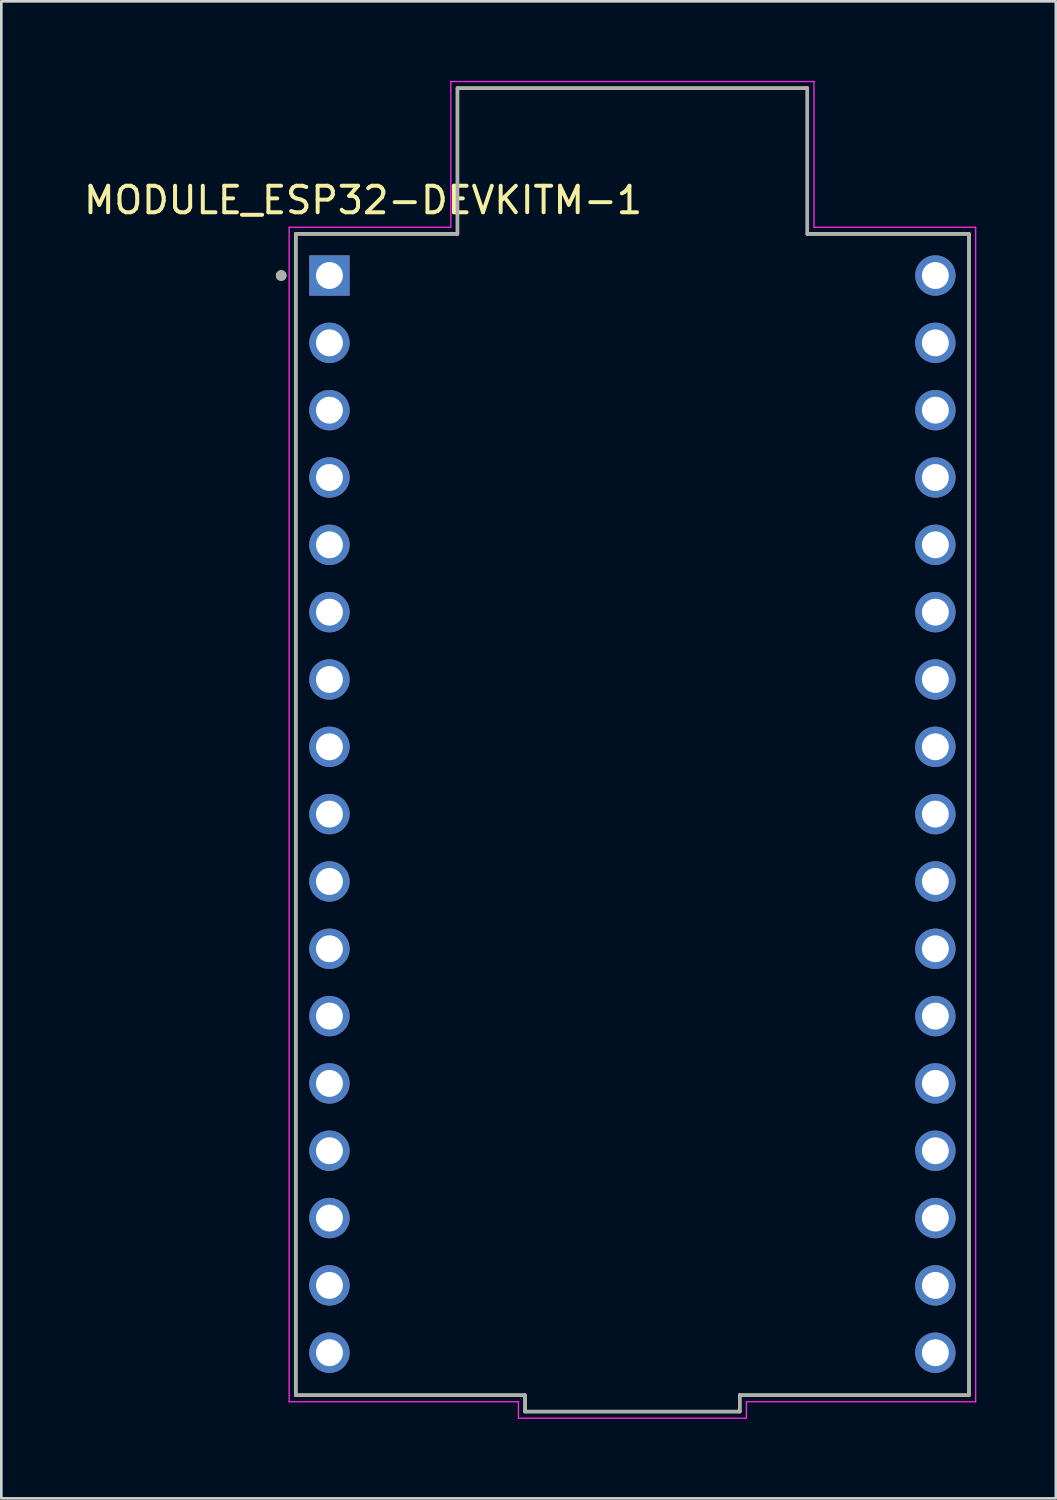
<source format=kicad_pcb>
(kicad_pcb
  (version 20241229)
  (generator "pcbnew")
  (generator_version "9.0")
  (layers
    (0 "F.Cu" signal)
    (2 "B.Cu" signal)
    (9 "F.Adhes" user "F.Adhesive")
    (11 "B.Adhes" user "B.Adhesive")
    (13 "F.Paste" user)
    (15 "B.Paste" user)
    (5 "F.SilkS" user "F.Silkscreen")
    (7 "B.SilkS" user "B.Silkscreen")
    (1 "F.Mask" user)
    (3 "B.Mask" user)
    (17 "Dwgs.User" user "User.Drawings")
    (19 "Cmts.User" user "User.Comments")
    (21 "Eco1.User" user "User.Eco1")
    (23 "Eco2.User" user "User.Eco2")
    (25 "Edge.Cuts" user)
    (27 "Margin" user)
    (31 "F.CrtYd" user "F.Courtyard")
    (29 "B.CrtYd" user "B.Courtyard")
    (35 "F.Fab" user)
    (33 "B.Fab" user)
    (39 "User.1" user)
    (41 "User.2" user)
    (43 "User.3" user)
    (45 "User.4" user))
  (footprint "MODULE_ESP32-DEVKITM-1"
    (layer "F.Cu")
    (at 20.809 27.68)
    (property "Reference" "MODULE_ESP32-DEVKITM-1" (at -10.16 -23.177 0) (layer "F.SilkS") (effects (font (size 1 1) (thickness 0.15))))
    (attr through_hole)
    (fp_line (start -12.7 -21.905) (end -6.6 -21.905) (stroke (width 0.127) (type solid)) (layer "F.SilkS"))
    (fp_line (start -12.7 21.905) (end -12.7 -21.905) (stroke (width 0.127) (type solid)) (layer "F.SilkS"))
    (fp_line (start -6.6 -27.405) (end 6.6 -27.405) (stroke (width 0.127) (type solid)) (layer "F.SilkS"))
    (fp_line (start -6.6 -21.905) (end -6.6 -27.405) (stroke (width 0.127) (type solid)) (layer "F.SilkS"))
    (fp_line (start -4.05 21.905) (end -12.7 21.905) (stroke (width 0.127) (type solid)) (layer "F.SilkS"))
    (fp_line (start -4.05 21.905) (end -4.05 22.525) (stroke (width 0.127) (type solid)) (layer "F.SilkS"))
    (fp_line (start -4.05 22.525) (end 4.05 22.525) (stroke (width 0.127) (type solid)) (layer "F.SilkS"))
    (fp_line (start 4.05 22.525) (end 4.05 21.905) (stroke (width 0.127) (type solid)) (layer "F.SilkS"))
    (fp_line (start 6.6 -27.405) (end 6.6 -21.905) (stroke (width 0.127) (type solid)) (layer "F.SilkS"))
    (fp_line (start 6.6 -21.905) (end 12.7 -21.905) (stroke (width 0.127) (type solid)) (layer "F.SilkS"))
    (fp_line (start 12.7 -21.905) (end 12.7 21.905) (stroke (width 0.127) (type solid)) (layer "F.SilkS"))
    (fp_line (start 12.7 21.905) (end 4.05 21.905) (stroke (width 0.127) (type solid)) (layer "F.SilkS"))
    (fp_circle (center -13.25 -20.335) (end -13.15 -20.335) (stroke (width 0.2) (type solid)) (fill no) (layer "F.SilkS"))
    (fp_line (start -12.95 -22.155) (end -6.85 -22.155) (stroke (width 0.05) (type solid)) (layer "F.CrtYd"))
    (fp_line (start -12.95 22.155) (end -12.95 -22.155) (stroke (width 0.05) (type solid)) (layer "F.CrtYd"))
    (fp_line (start -6.85 -27.655) (end 6.85 -27.655) (stroke (width 0.05) (type solid)) (layer "F.CrtYd"))
    (fp_line (start -6.85 -22.155) (end -6.85 -27.655) (stroke (width 0.05) (type solid)) (layer "F.CrtYd"))
    (fp_line (start -4.3 22.155) (end -12.95 22.155) (stroke (width 0.05) (type solid)) (layer "F.CrtYd"))
    (fp_line (start -4.3 22.155) (end -4.3 22.775) (stroke (width 0.05) (type solid)) (layer "F.CrtYd"))
    (fp_line (start -4.3 22.775) (end 4.3 22.775) (stroke (width 0.05) (type solid)) (layer "F.CrtYd"))
    (fp_line (start 4.3 22.775) (end 4.3 22.155) (stroke (width 0.05) (type solid)) (layer "F.CrtYd"))
    (fp_line (start 6.85 -27.655) (end 6.85 -22.155) (stroke (width 0.05) (type solid)) (layer "F.CrtYd"))
    (fp_line (start 6.85 -22.155) (end 12.95 -22.155) (stroke (width 0.05) (type solid)) (layer "F.CrtYd"))
    (fp_line (start 12.95 -22.155) (end 12.95 22.155) (stroke (width 0.05) (type solid)) (layer "F.CrtYd"))
    (fp_line (start 12.95 22.155) (end 4.3 22.155) (stroke (width 0.05) (type solid)) (layer "F.CrtYd"))
    (fp_line (start -12.7 -21.905) (end -6.6 -21.905) (stroke (width 0.127) (type solid)) (layer "F.Fab"))
    (fp_line (start -12.7 21.905) (end -12.7 -21.905) (stroke (width 0.127) (type solid)) (layer "F.Fab"))
    (fp_line (start -6.6 -27.405) (end 6.6 -27.405) (stroke (width 0.127) (type solid)) (layer "F.Fab"))
    (fp_line (start -6.6 -21.905) (end -6.6 -27.405) (stroke (width 0.127) (type solid)) (layer "F.Fab"))
    (fp_line (start -4.05 21.905) (end -12.7 21.905) (stroke (width 0.127) (type solid)) (layer "F.Fab"))
    (fp_line (start -4.05 21.905) (end -4.05 22.525) (stroke (width 0.127) (type solid)) (layer "F.Fab"))
    (fp_line (start -4.05 22.525) (end 4.05 22.525) (stroke (width 0.127) (type solid)) (layer "F.Fab"))
    (fp_line (start 4.05 22.525) (end 4.05 21.905) (stroke (width 0.127) (type solid)) (layer "F.Fab"))
    (fp_line (start 6.6 -27.405) (end 6.6 -21.905) (stroke (width 0.127) (type solid)) (layer "F.Fab"))
    (fp_line (start 6.6 -21.905) (end 12.7 -21.905) (stroke (width 0.127) (type solid)) (layer "F.Fab"))
    (fp_line (start 12.7 -21.905) (end 12.7 21.905) (stroke (width 0.127) (type solid)) (layer "F.Fab"))
    (fp_line (start 12.7 21.905) (end 4.05 21.905) (stroke (width 0.127) (type solid)) (layer "F.Fab"))
    (fp_circle (center -13.25 -20.335) (end -13.15 -20.335) (stroke (width 0.2) (type solid)) (fill no) (layer "F.Fab"))
    (pad "J1_1" thru_hole rect (at -11.43 -20.335) (size 1.524 1.524) (drill 1.016) (layers "*.Cu" "*.Mask"))
    (pad "J1_2" thru_hole circle (at -11.43 -17.795) (size 1.524 1.524) (drill 1.016) (layers "*.Cu" "*.Mask"))
    (pad "J1_3" thru_hole circle (at -11.43 -15.255) (size 1.524 1.524) (drill 1.016) (layers "*.Cu" "*.Mask"))
    (pad "J1_4" thru_hole circle (at -11.43 -12.715) (size 1.524 1.524) (drill 1.016) (layers "*.Cu" "*.Mask"))
    (pad "J1_5" thru_hole circle (at -11.43 -10.175) (size 1.524 1.524) (drill 1.016) (layers "*.Cu" "*.Mask"))
    (pad "J1_6" thru_hole circle (at -11.43 -7.635) (size 1.524 1.524) (drill 1.016) (layers "*.Cu" "*.Mask"))
    (pad "J1_7" thru_hole circle (at -11.43 -5.095) (size 1.524 1.524) (drill 1.016) (layers "*.Cu" "*.Mask"))
    (pad "J1_8" thru_hole circle (at -11.43 -2.555) (size 1.524 1.524) (drill 1.016) (layers "*.Cu" "*.Mask"))
    (pad "J1_9" thru_hole circle (at -11.43 -0.015) (size 1.524 1.524) (drill 1.016) (layers "*.Cu" "*.Mask"))
    (pad "J1_10" thru_hole circle (at -11.43 2.525) (size 1.524 1.524) (drill 1.016) (layers "*.Cu" "*.Mask"))
    (pad "J1_11" thru_hole circle (at -11.43 5.065) (size 1.524 1.524) (drill 1.016) (layers "*.Cu" "*.Mask"))
    (pad "J1_12" thru_hole circle (at -11.43 7.605) (size 1.524 1.524) (drill 1.016) (layers "*.Cu" "*.Mask"))
    (pad "J1_13" thru_hole circle (at -11.43 10.145) (size 1.524 1.524) (drill 1.016) (layers "*.Cu" "*.Mask"))
    (pad "J1_14" thru_hole circle (at -11.43 12.685) (size 1.524 1.524) (drill 1.016) (layers "*.Cu" "*.Mask"))
    (pad "J1_15" thru_hole circle (at -11.43 15.225) (size 1.524 1.524) (drill 1.016) (layers "*.Cu" "*.Mask"))
    (pad "J1_16" thru_hole circle (at -11.43 17.765) (size 1.524 1.524) (drill 1.016) (layers "*.Cu" "*.Mask"))
    (pad "J1_17" thru_hole circle (at -11.43 20.305) (size 1.524 1.524) (drill 1.016) (layers "*.Cu" "*.Mask"))
    (pad "J3_1" thru_hole circle (at 11.43 -20.335) (size 1.524 1.524) (drill 1.016) (layers "*.Cu" "*.Mask"))
    (pad "J3_2" thru_hole circle (at 11.43 -17.795) (size 1.524 1.524) (drill 1.016) (layers "*.Cu" "*.Mask"))
    (pad "J3_3" thru_hole circle (at 11.43 -15.255) (size 1.524 1.524) (drill 1.016) (layers "*.Cu" "*.Mask"))
    (pad "J3_4" thru_hole circle (at 11.43 -12.715) (size 1.524 1.524) (drill 1.016) (layers "*.Cu" "*.Mask"))
    (pad "J3_5" thru_hole circle (at 11.43 -10.175) (size 1.524 1.524) (drill 1.016) (layers "*.Cu" "*.Mask"))
    (pad "J3_6" thru_hole circle (at 11.43 -7.635) (size 1.524 1.524) (drill 1.016) (layers "*.Cu" "*.Mask"))
    (pad "J3_7" thru_hole circle (at 11.43 -5.095) (size 1.524 1.524) (drill 1.016) (layers "*.Cu" "*.Mask"))
    (pad "J3_8" thru_hole circle (at 11.43 -2.555) (size 1.524 1.524) (drill 1.016) (layers "*.Cu" "*.Mask"))
    (pad "J3_9" thru_hole circle (at 11.43 -0.015) (size 1.524 1.524) (drill 1.016) (layers "*.Cu" "*.Mask"))
    (pad "J3_10" thru_hole circle (at 11.43 2.525) (size 1.524 1.524) (drill 1.016) (layers "*.Cu" "*.Mask"))
    (pad "J3_11" thru_hole circle (at 11.43 5.065) (size 1.524 1.524) (drill 1.016) (layers "*.Cu" "*.Mask"))
    (pad "J3_12" thru_hole circle (at 11.43 7.605) (size 1.524 1.524) (drill 1.016) (layers "*.Cu" "*.Mask"))
    (pad "J3_13" thru_hole circle (at 11.43 10.145) (size 1.524 1.524) (drill 1.016) (layers "*.Cu" "*.Mask"))
    (pad "J3_14" thru_hole circle (at 11.43 12.685) (size 1.524 1.524) (drill 1.016) (layers "*.Cu" "*.Mask"))
    (pad "J3_15" thru_hole circle (at 11.43 15.225) (size 1.524 1.524) (drill 1.016) (layers "*.Cu" "*.Mask"))
    (pad "J3_16" thru_hole circle (at 11.43 17.765) (size 1.524 1.524) (drill 1.016) (layers "*.Cu" "*.Mask"))
    (pad "J3_17" thru_hole circle (at 11.43 20.305) (size 1.524 1.524) (drill 1.016) (layers "*.Cu" "*.Mask")))
  (gr_rect
    (start -3 -3)
    (end 36.784 53.48)
    (stroke (width 0.1) (type default))
    (fill no)
    (layer "Edge.Cuts")))
</source>
